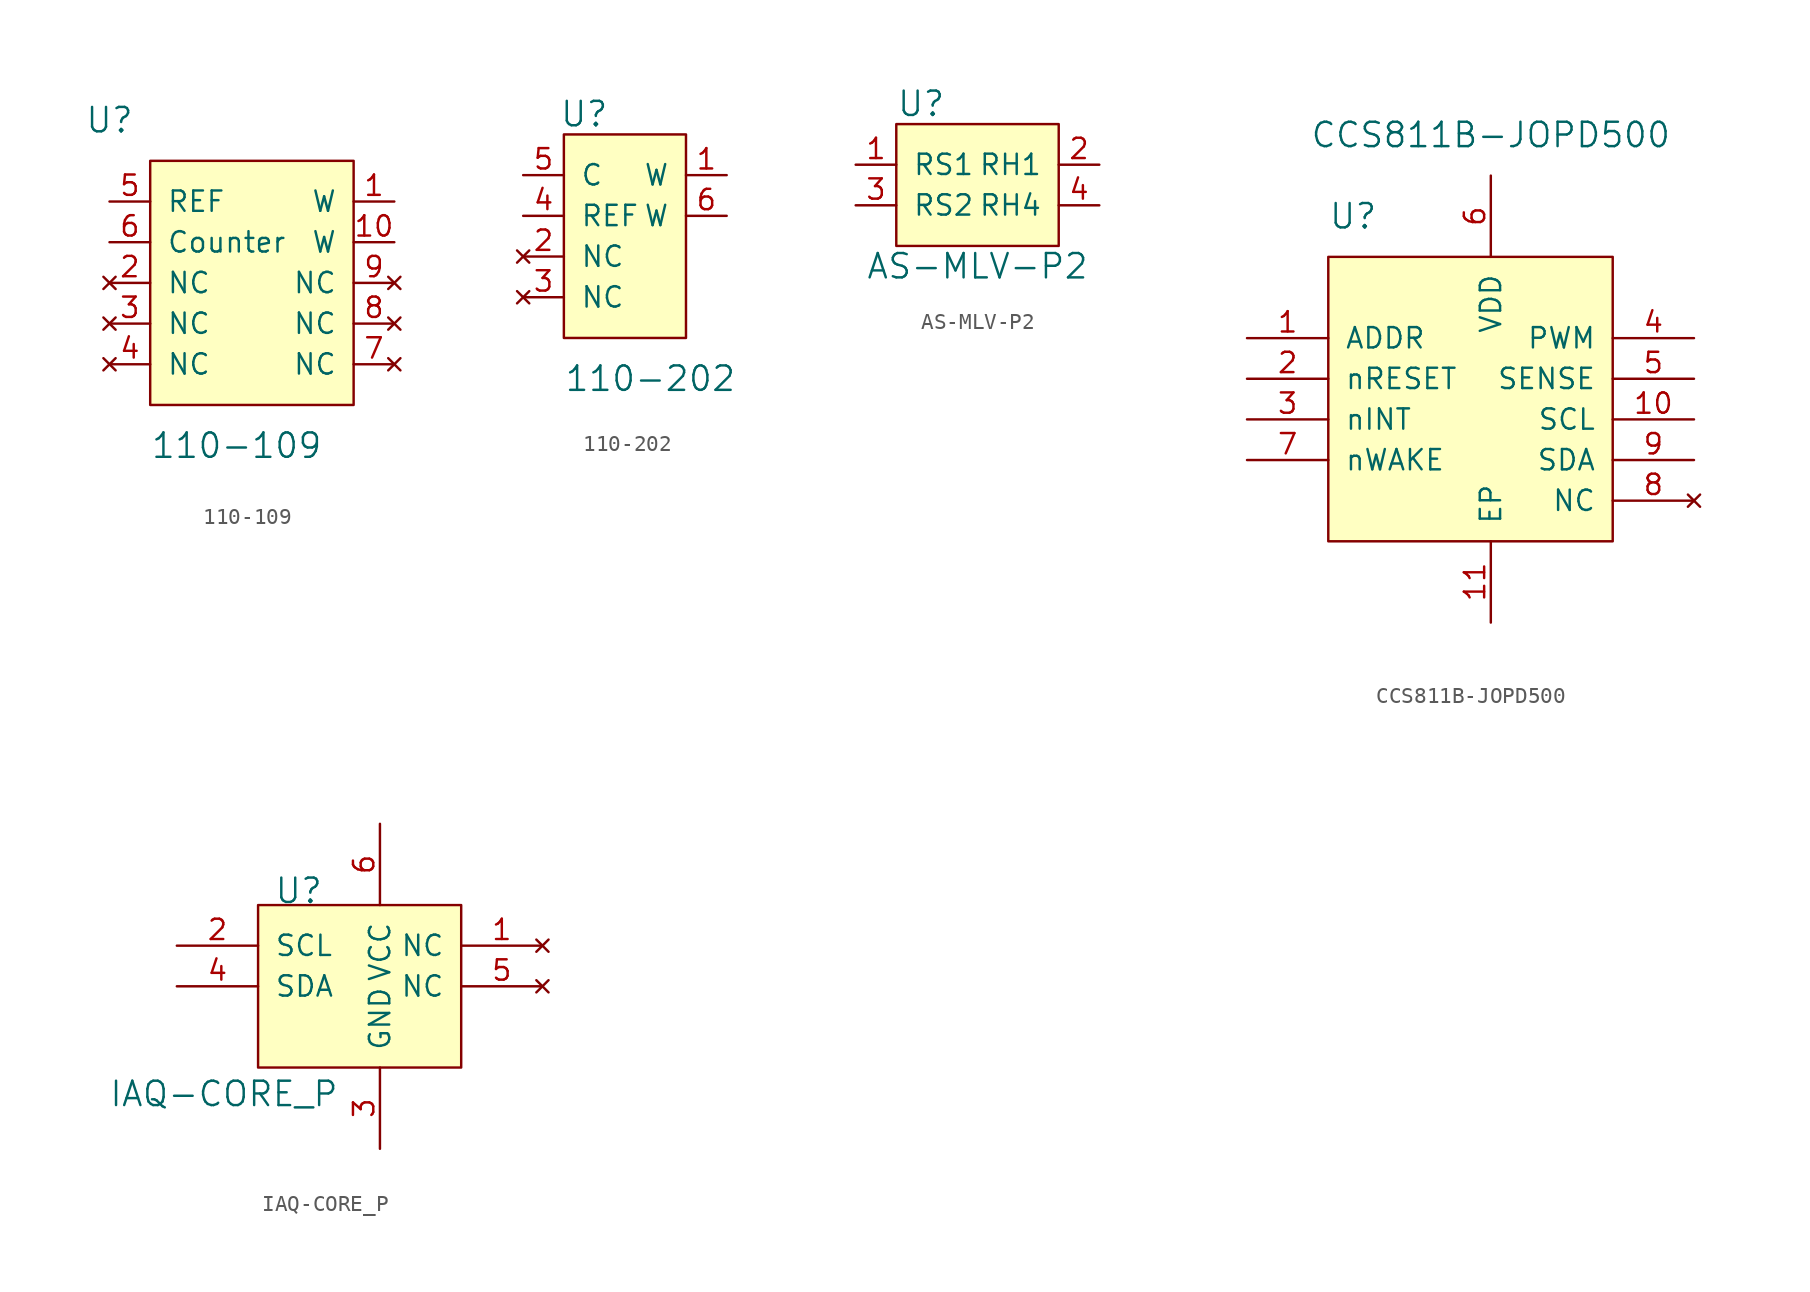
<source format=kicad_sym>
(kicad_symbol_lib
  (version 20231120)
  (generator "kicad_symbol_editor")
  (generator_version "8.0")
  (symbol "110-109"
    (pin_names
      (offset 1.016))
    (property "Reference" "U"
      (at -12.7 12.7 0)
      (effects (font (size 1.524 1.524))))
    (property "Value" "110-109"
      (at -10.16 -7.62 0)
      (effects (font (size 1.524 1.524)) (justify left)))
    (symbol "110-109_0_1"
      (rectangle (start -10.16 10.16) (end 2.54 -5.08) (stroke (width 0) (type solid)) (fill (type background))))
    (symbol "110-109_1_1"
      (pin output line (at 5.08 7.62 180) (length 2.54) (name "W" (effects (font (size 1.27 1.27)))) (number "1" (effects (font (size 1.27 1.27)))))
      (pin output line (at 5.08 5.08 180) (length 2.54) (name "W" (effects (font (size 1.27 1.27)))) (number "10" (effects (font (size 1.27 1.27)))))
      (pin no_connect line (at -12.7 2.54 0) (length 2.54) (name "NC" (effects (font (size 1.27 1.27)))) (number "2" (effects (font (size 1.27 1.27)))))
      (pin no_connect line (at -12.7 0 0) (length 2.54) (name "NC" (effects (font (size 1.27 1.27)))) (number "3" (effects (font (size 1.27 1.27)))))
      (pin no_connect line (at -12.7 -2.54 0) (length 2.54) (name "NC" (effects (font (size 1.27 1.27)))) (number "4" (effects (font (size 1.27 1.27)))))
      (pin passive line (at -12.7 7.62 0) (length 2.54) (name "REF" (effects (font (size 1.27 1.27)))) (number "5" (effects (font (size 1.27 1.27)))))
      (pin input line (at -12.7 5.08 0) (length 2.54) (name "Counter" (effects (font (size 1.27 1.27)))) (number "6" (effects (font (size 1.27 1.27)))))
      (pin no_connect line (at 5.08 -2.54 180) (length 2.54) (name "NC" (effects (font (size 1.27 1.27)))) (number "7" (effects (font (size 1.27 1.27)))))
      (pin no_connect line (at 5.08 0 180) (length 2.54) (name "NC" (effects (font (size 1.27 1.27)))) (number "8" (effects (font (size 1.27 1.27)))))
      (pin no_connect line (at 5.08 2.54 180) (length 2.54) (name "NC" (effects (font (size 1.27 1.27)))) (number "9" (effects (font (size 1.27 1.27)))))))
  (symbol "110-202"
    (pin_names
      (offset 1.016))
    (property "Reference" "U"
      (at -1.27 8.89 0)
      (effects (font (size 1.524 1.524))))
    (property "Value" "110-202"
      (at -2.54 -7.62 0)
      (effects (font (size 1.524 1.524)) (justify left)))
    (symbol "110-202_0_1"
      (rectangle (start -2.54 7.62) (end 5.08 -5.08) (stroke (width 0) (type solid)) (fill (type background))))
    (symbol "110-202_1_1"
      (pin output line (at 7.62 5.08 180) (length 2.54) (name "W" (effects (font (size 1.27 1.27)))) (number "1" (effects (font (size 1.27 1.27)))))
      (pin no_connect line (at -5.08 0 0) (length 2.54) (name "NC" (effects (font (size 1.27 1.27)))) (number "2" (effects (font (size 1.27 1.27)))))
      (pin no_connect line (at -5.08 -2.54 0) (length 2.54) (name "NC" (effects (font (size 1.27 1.27)))) (number "3" (effects (font (size 1.27 1.27)))))
      (pin passive line (at -5.08 2.54 0) (length 2.54) (name "REF" (effects (font (size 1.27 1.27)))) (number "4" (effects (font (size 1.27 1.27)))))
      (pin input line (at -5.08 5.08 0) (length 2.54) (name "C" (effects (font (size 1.27 1.27)))) (number "5" (effects (font (size 1.27 1.27)))))
      (pin output line (at 7.62 2.54 180) (length 2.54) (name "W" (effects (font (size 1.27 1.27)))) (number "6" (effects (font (size 1.27 1.27)))))))
  (symbol "AS-MLV-P2"
    (pin_names
      (offset 1.016))
    (property "Reference" "U"
      (at -5.08 8.89 0)
      (effects (font (size 1.524 1.524)) (justify left)))
    (property "Value" "AS-MLV-P2"
      (at 0 -1.27 0)
      (effects (font (size 1.524 1.524))))
    (symbol "AS-MLV-P2_0_1"
      (rectangle (start 5.08 7.62) (end -5.08 0) (stroke (width 0) (type solid)) (fill (type background))))
    (symbol "AS-MLV-P2_1_1"
      (pin unspecified line (at -7.62 5.08 0) (length 2.54) (name "RS1" (effects (font (size 1.27 1.27)))) (number "1" (effects (font (size 1.27 1.27)))))
      (pin unspecified line (at 7.62 5.08 180) (length 2.54) (name "RH1" (effects (font (size 1.27 1.27)))) (number "2" (effects (font (size 1.27 1.27)))))
      (pin unspecified line (at -7.62 2.54 0) (length 2.54) (name "RS2" (effects (font (size 1.27 1.27)))) (number "3" (effects (font (size 1.27 1.27)))))
      (pin unspecified line (at 7.62 2.54 180) (length 2.54) (name "RH4" (effects (font (size 1.27 1.27)))) (number "4" (effects (font (size 1.27 1.27)))))))
  (symbol "CCS811B-JOPD500"
    (pin_names
      (offset 1.016))
    (property "Reference" "U"
      (at -7.62 12.7 0)
      (effects (font (size 1.524 1.524)) (justify left)))
    (property "Value" "CCS811B-JOPD500"
      (at 2.54 17.78 0)
      (effects (font (size 1.524 1.524))))
    (symbol "CCS811B-JOPD500_0_1"
      (rectangle (start -7.62 10.16) (end 10.16 -7.62) (stroke (width 0) (type solid)) (fill (type background))))
    (symbol "CCS811B-JOPD500_1_1"
      (pin input line (at -12.7 5.08 0) (length 5.08) (name "ADDR" (effects (font (size 1.27 1.27)))) (number "1" (effects (font (size 1.27 1.27)))))
      (pin input line (at 15.24 0 180) (length 5.08) (name "SCL" (effects (font (size 1.27 1.27)))) (number "10" (effects (font (size 1.27 1.27)))))
      (pin input line (at 2.54 -12.7 90) (length 5.08) (name "EP" (effects (font (size 1.27 1.27)))) (number "11" (effects (font (size 1.27 1.27)))))
      (pin input line (at -12.7 2.54 0) (length 5.08) (name "nRESET" (effects (font (size 1.27 1.27)))) (number "2" (effects (font (size 1.27 1.27)))))
      (pin output line (at -12.7 0 0) (length 5.08) (name "nINT" (effects (font (size 1.27 1.27)))) (number "3" (effects (font (size 1.27 1.27)))))
      (pin output line (at 15.24 5.08 180) (length 5.08) (name "PWM" (effects (font (size 1.27 1.27)))) (number "4" (effects (font (size 1.27 1.27)))))
      (pin output line (at 15.24 2.54 180) (length 5.08) (name "SENSE" (effects (font (size 1.27 1.27)))) (number "5" (effects (font (size 1.27 1.27)))))
      (pin power_in line (at 2.54 15.24 270) (length 5.08) (name "VDD" (effects (font (size 1.27 1.27)))) (number "6" (effects (font (size 1.27 1.27)))))
      (pin input line (at -12.7 -2.54 0) (length 5.08) (name "nWAKE" (effects (font (size 1.27 1.27)))) (number "7" (effects (font (size 1.27 1.27)))))
      (pin no_connect line (at 15.24 -5.08 180) (length 5.08) (name "NC" (effects (font (size 1.27 1.27)))) (number "8" (effects (font (size 1.27 1.27)))))
      (pin bidirectional line (at 15.24 -2.54 180) (length 5.08) (name "SDA" (effects (font (size 1.27 1.27)))) (number "9" (effects (font (size 1.27 1.27)))))))
  (symbol "IAQ-CORE_P"
    (pin_names
      (offset 1.016))
    (property "Reference" "U"
      (at -5.08 5.08 0)
      (effects (font (size 1.524 1.524)) (justify bottom)))
    (property "Value" "IAQ-CORE_P"
      (at -2.54 -7.62 0)
      (effects (font (size 1.524 1.524)) (justify right bottom)))
    (symbol "IAQ-CORE_P_0_1"
      (rectangle (start -7.62 5.08) (end 5.08 -5.08) (stroke (width 0) (type solid)) (fill (type background))))
    (symbol "IAQ-CORE_P_1_1"
      (pin no_connect line (at 10.16 2.54 180) (length 5.08) (name "NC" (effects (font (size 1.27 1.27)))) (number "1" (effects (font (size 1.27 1.27)))))
      (pin input line (at -12.7 2.54 0) (length 5.08) (name "SCL" (effects (font (size 1.27 1.27)))) (number "2" (effects (font (size 1.27 1.27)))))
      (pin power_in line (at 0 -10.16 90) (length 5.08) (name "GND" (effects (font (size 1.27 1.27)))) (number "3" (effects (font (size 1.27 1.27)))))
      (pin bidirectional line (at -12.7 0 0) (length 5.08) (name "SDA" (effects (font (size 1.27 1.27)))) (number "4" (effects (font (size 1.27 1.27)))))
      (pin no_connect line (at 10.16 0 180) (length 5.08) (name "NC" (effects (font (size 1.27 1.27)))) (number "5" (effects (font (size 1.27 1.27)))))
      (pin power_in line (at 0 10.16 270) (length 5.08) (name "VCC" (effects (font (size 1.27 1.27)))) (number "6" (effects (font (size 1.27 1.27))))))))
</source>
